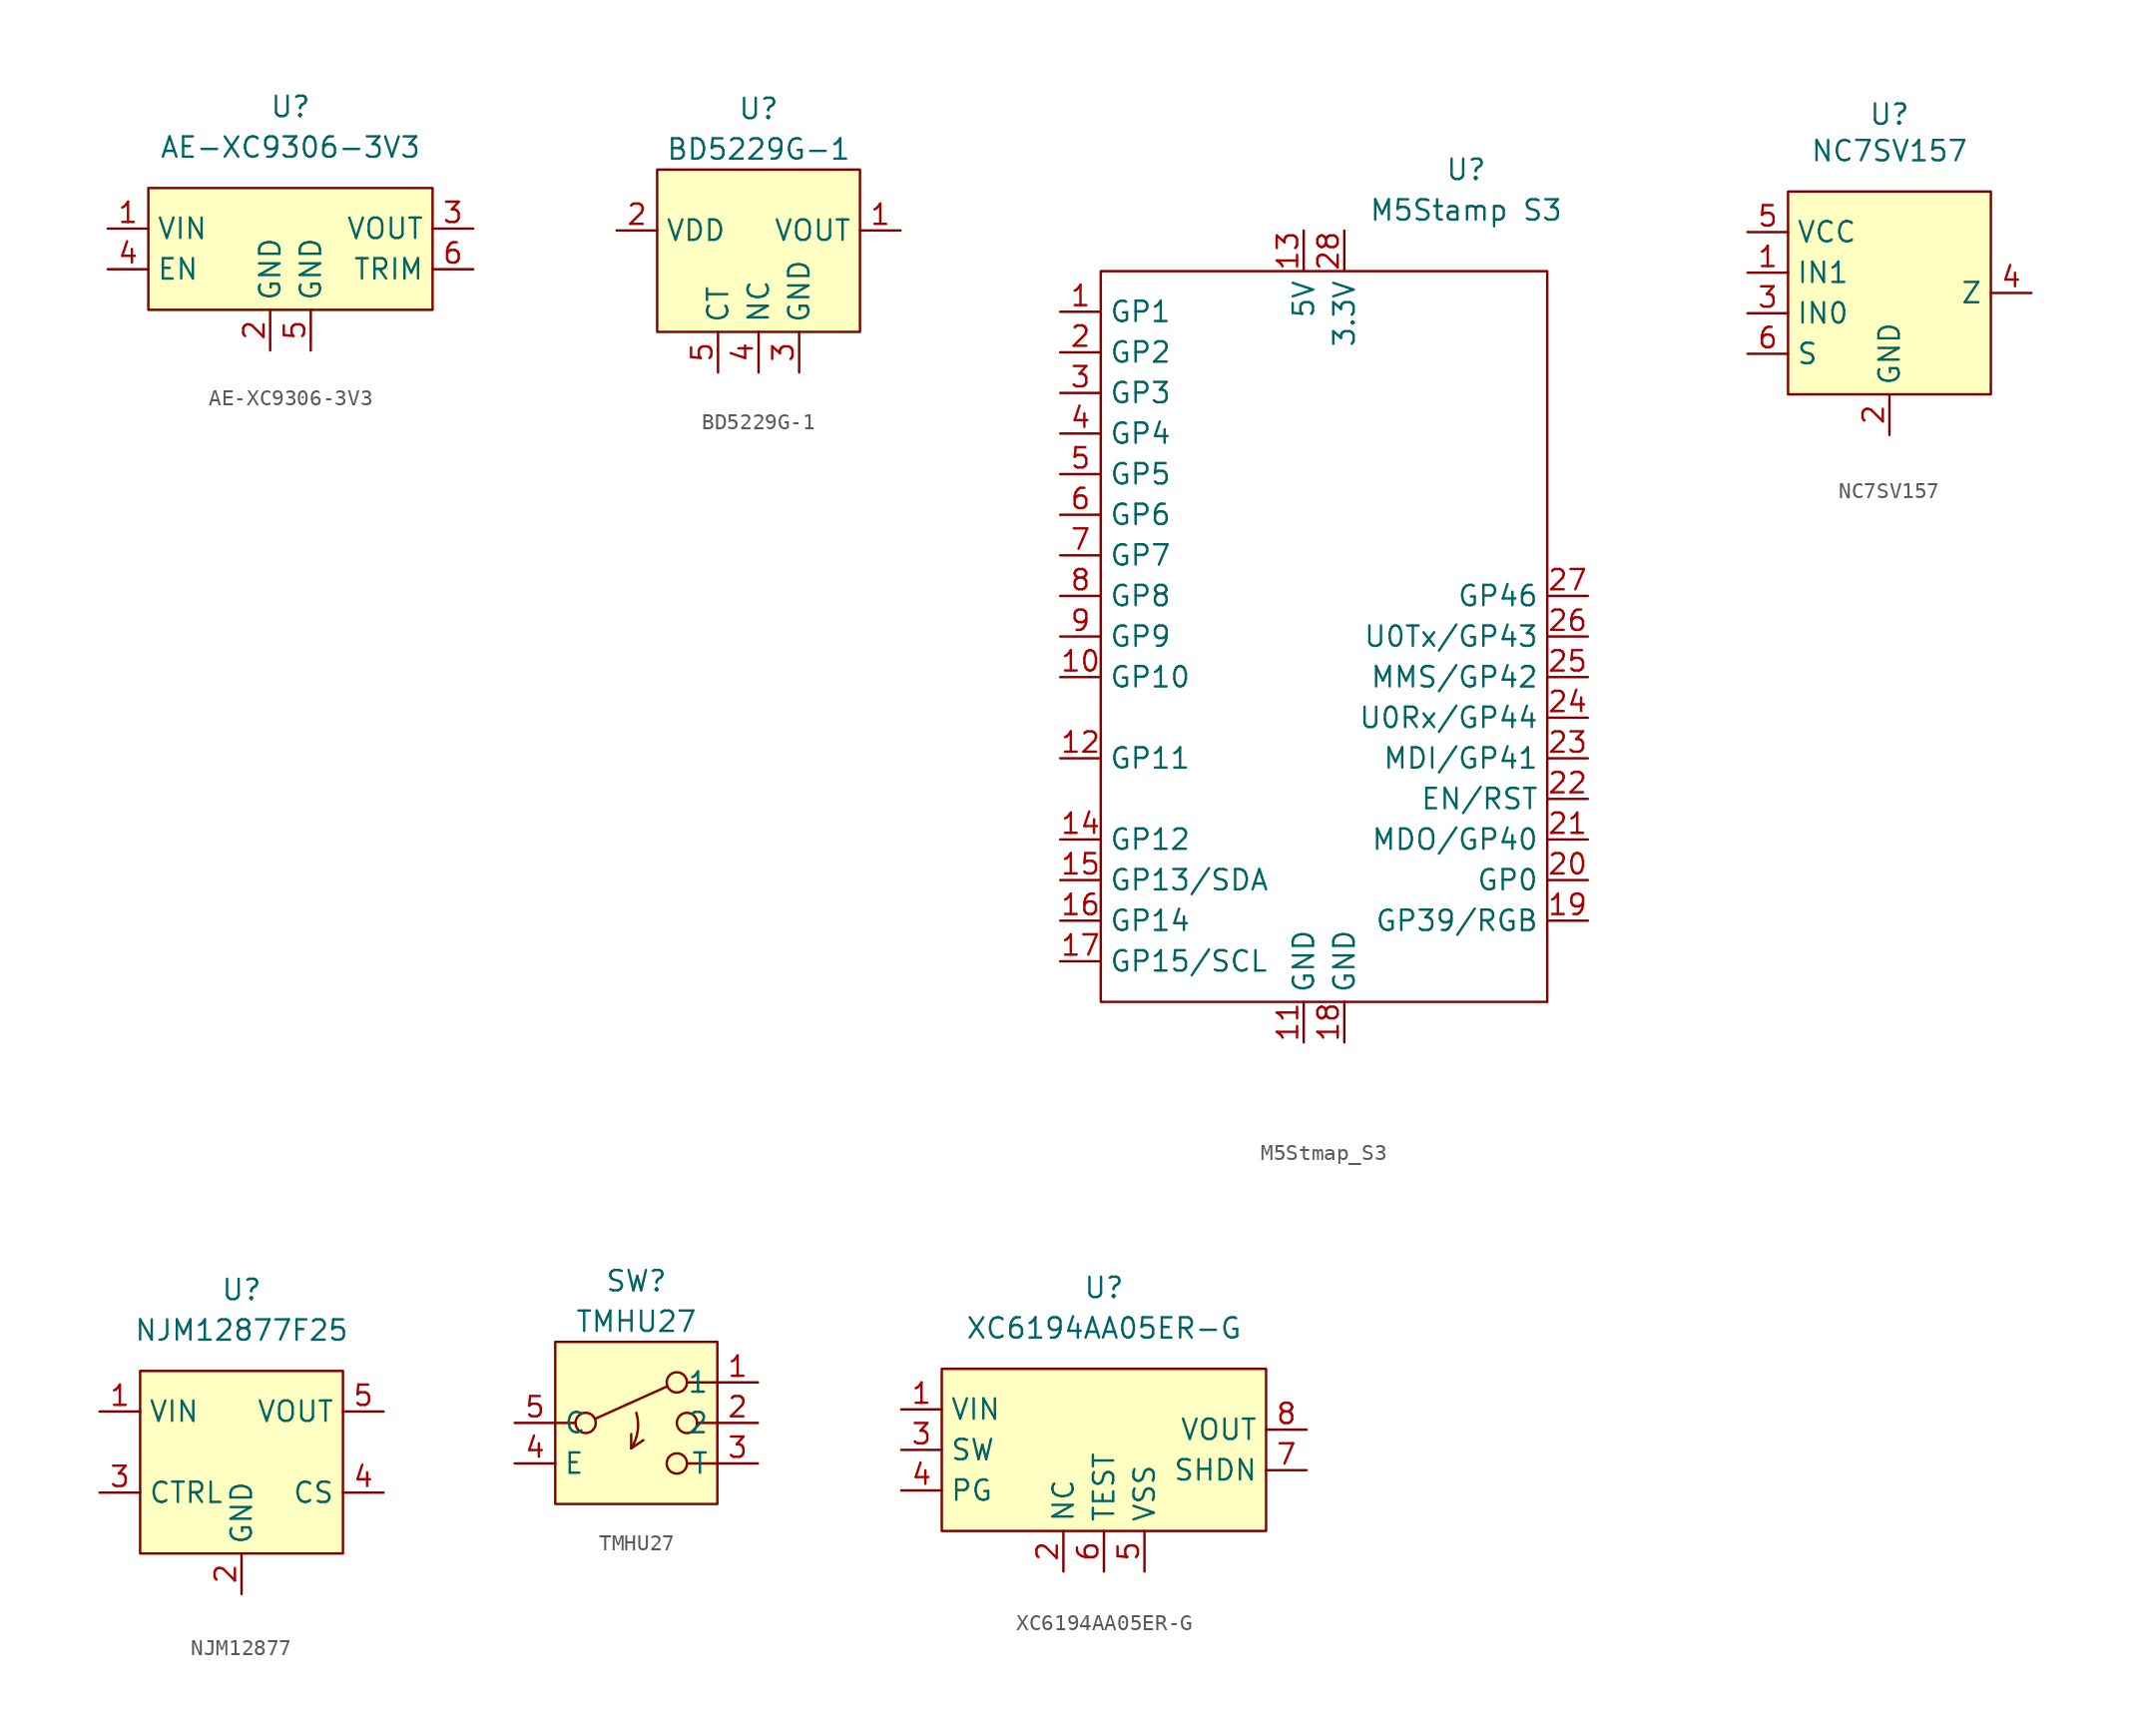
<source format=kicad_sym>
(kicad_symbol_lib
  (version 20231120)
  (generator "kicad_symbol_editor")
  (generator_version "8.0")
  (symbol "AE-XC9306-3V3"
    (property "Reference" "U"
      (at 0 8.89 0)
      (effects (font (size 1.27 1.27))))
    (property "Value" "AE-XC9306-3V3"
      (at 0 6.35 0)
      (effects (font (size 1.27 1.27))))
    (symbol "AE-XC9306-3V3_1_1"
      (rectangle (start -8.89 3.81) (end 8.89 -3.81) (stroke (width 0) (type default)) (fill (type background)))
      (pin input line (at -11.43 1.27 0) (length 2.54) (name "VIN" (effects (font (size 1.27 1.27)))) (number "1" (effects (font (size 1.27 1.27)))))
      (pin input line (at -1.27 -6.35 90) (length 2.54) (name "GND" (effects (font (size 1.27 1.27)))) (number "2" (effects (font (size 1.27 1.27)))))
      (pin output line (at 11.43 1.27 180) (length 2.54) (name "VOUT" (effects (font (size 1.27 1.27)))) (number "3" (effects (font (size 1.27 1.27)))))
      (pin input line (at -11.43 -1.27 0) (length 2.54) (name "EN" (effects (font (size 1.27 1.27)))) (number "4" (effects (font (size 1.27 1.27)))))
      (pin output line (at 1.27 -6.35 90) (length 2.54) (name "GND" (effects (font (size 1.27 1.27)))) (number "5" (effects (font (size 1.27 1.27)))))
      (pin input line (at 11.43 -1.27 180) (length 2.54) (name "TRIM" (effects (font (size 1.27 1.27)))) (number "6" (effects (font (size 1.27 1.27)))))))
  (symbol "BD5229G-1"
    (property "Reference" "U"
      (at 0 8.89 0)
      (effects (font (size 1.27 1.27))))
    (property "Value" "BD5229G-1"
      (at 0 6.35 0)
      (effects (font (size 1.27 1.27))))
    (symbol "BD5229G-1_1_1"
      (rectangle (start -6.35 5.08) (end 6.35 -5.08) (stroke (width 0) (type default)) (fill (type background)))
      (pin input line (at 8.89 1.27 180) (length 2.54) (name "VOUT" (effects (font (size 1.27 1.27)))) (number "1" (effects (font (size 1.27 1.27)))))
      (pin input line (at -8.89 1.27 0) (length 2.54) (name "VDD" (effects (font (size 1.27 1.27)))) (number "2" (effects (font (size 1.27 1.27)))))
      (pin input line (at 2.54 -7.62 90) (length 2.54) (name "GND" (effects (font (size 1.27 1.27)))) (number "3" (effects (font (size 1.27 1.27)))))
      (pin input line (at 0 -7.62 90) (length 2.54) (name "NC" (effects (font (size 1.27 1.27)))) (number "4" (effects (font (size 1.27 1.27)))))
      (pin input line (at -2.54 -7.62 90) (length 2.54) (name "CT" (effects (font (size 1.27 1.27)))) (number "5" (effects (font (size 1.27 1.27)))))))
  (symbol "M5Stmap_S3"
    (property "Reference" "U"
      (at 8.89 29.21 0)
      (effects (font (size 1.27 1.27))))
    (property "Value" "M5Stamp S3"
      (at 8.89 26.67 0)
      (effects (font (size 1.27 1.27))))
    (symbol "M5Stmap_S3_0_1"
      (rectangle (start -13.97 22.86) (end 13.97 -22.86) (stroke (width 0) (type default)) (fill (type none))))
    (symbol "M5Stmap_S3_1_1"
      (pin bidirectional line (at -16.51 20.32 0) (length 2.54) (name "GP1" (effects (font (size 1.27 1.27)))) (number "1" (effects (font (size 1.27 1.27)))))
      (pin bidirectional line (at -16.51 -2.54 0) (length 2.54) (name "GP10" (effects (font (size 1.27 1.27)))) (number "10" (effects (font (size 1.27 1.27)))))
      (pin power_out line (at -1.27 -25.4 90) (length 2.54) (name "GND" (effects (font (size 1.27 1.27)))) (number "11" (effects (font (size 1.27 1.27)))))
      (pin bidirectional line (at -16.51 -7.62 0) (length 2.54) (name "GP11" (effects (font (size 1.27 1.27)))) (number "12" (effects (font (size 1.27 1.27)))))
      (pin power_in line (at -1.27 25.4 270) (length 2.54) (name "5V" (effects (font (size 1.27 1.27)))) (number "13" (effects (font (size 1.27 1.27)))))
      (pin bidirectional line (at -16.51 -12.7 0) (length 2.54) (name "GP12" (effects (font (size 1.27 1.27)))) (number "14" (effects (font (size 1.27 1.27)))))
      (pin bidirectional line (at -16.51 -15.24 0) (length 2.54) (name "GP13/SDA" (effects (font (size 1.27 1.27)))) (number "15" (effects (font (size 1.27 1.27)))))
      (pin bidirectional line (at -16.51 -17.78 0) (length 2.54) (name "GP14" (effects (font (size 1.27 1.27)))) (number "16" (effects (font (size 1.27 1.27)))))
      (pin bidirectional line (at -16.51 -20.32 0) (length 2.54) (name "GP15/SCL" (effects (font (size 1.27 1.27)))) (number "17" (effects (font (size 1.27 1.27)))))
      (pin power_out line (at 1.27 -25.4 90) (length 2.54) (name "GND" (effects (font (size 1.27 1.27)))) (number "18" (effects (font (size 1.27 1.27)))))
      (pin bidirectional line (at 16.51 -17.78 180) (length 2.54) (name "GP39/RGB" (effects (font (size 1.27 1.27)))) (number "19" (effects (font (size 1.27 1.27)))))
      (pin bidirectional line (at -16.51 17.78 0) (length 2.54) (name "GP2" (effects (font (size 1.27 1.27)))) (number "2" (effects (font (size 1.27 1.27)))))
      (pin bidirectional line (at 16.51 -15.24 180) (length 2.54) (name "GP0" (effects (font (size 1.27 1.27)))) (number "20" (effects (font (size 1.27 1.27)))))
      (pin bidirectional line (at 16.51 -12.7 180) (length 2.54) (name "MDO/GP40" (effects (font (size 1.27 1.27)))) (number "21" (effects (font (size 1.27 1.27)))))
      (pin bidirectional line (at 16.51 -10.16 180) (length 2.54) (name "EN/RST" (effects (font (size 1.27 1.27)))) (number "22" (effects (font (size 1.27 1.27)))))
      (pin bidirectional line (at 16.51 -7.62 180) (length 2.54) (name "MDI/GP41" (effects (font (size 1.27 1.27)))) (number "23" (effects (font (size 1.27 1.27)))))
      (pin bidirectional line (at 16.51 -5.08 180) (length 2.54) (name "U0Rx/GP44" (effects (font (size 1.27 1.27)))) (number "24" (effects (font (size 1.27 1.27)))))
      (pin bidirectional line (at 16.51 -2.54 180) (length 2.54) (name "MMS/GP42" (effects (font (size 1.27 1.27)))) (number "25" (effects (font (size 1.27 1.27)))))
      (pin bidirectional line (at 16.51 0 180) (length 2.54) (name "U0Tx/GP43" (effects (font (size 1.27 1.27)))) (number "26" (effects (font (size 1.27 1.27)))))
      (pin bidirectional line (at 16.51 2.54 180) (length 2.54) (name "GP46" (effects (font (size 1.27 1.27)))) (number "27" (effects (font (size 1.27 1.27)))))
      (pin power_in line (at 1.27 25.4 270) (length 2.54) (name "3.3V" (effects (font (size 1.27 1.27)))) (number "28" (effects (font (size 1.27 1.27)))))
      (pin bidirectional line (at -16.51 15.24 0) (length 2.54) (name "GP3" (effects (font (size 1.27 1.27)))) (number "3" (effects (font (size 1.27 1.27)))))
      (pin bidirectional line (at -16.51 12.7 0) (length 2.54) (name "GP4" (effects (font (size 1.27 1.27)))) (number "4" (effects (font (size 1.27 1.27)))))
      (pin bidirectional line (at -16.51 10.16 0) (length 2.54) (name "GP5" (effects (font (size 1.27 1.27)))) (number "5" (effects (font (size 1.27 1.27)))))
      (pin bidirectional line (at -16.51 7.62 0) (length 2.54) (name "GP6" (effects (font (size 1.27 1.27)))) (number "6" (effects (font (size 1.27 1.27)))))
      (pin bidirectional line (at -16.51 5.08 0) (length 2.54) (name "GP7" (effects (font (size 1.27 1.27)))) (number "7" (effects (font (size 1.27 1.27)))))
      (pin bidirectional line (at -16.51 2.54 0) (length 2.54) (name "GP8" (effects (font (size 1.27 1.27)))) (number "8" (effects (font (size 1.27 1.27)))))
      (pin bidirectional line (at -16.51 0 0) (length 2.54) (name "GP9" (effects (font (size 1.27 1.27)))) (number "9" (effects (font (size 1.27 1.27)))))))
  (symbol "NC7SV157"
    (property "Reference" "U"
      (at 0 11.176 0)
      (effects (font (size 1.27 1.27))))
    (property "Value" "NC7SV157"
      (at 0 8.89 0)
      (effects (font (size 1.27 1.27))))
    (symbol "NC7SV157_1_1"
      (rectangle (start -6.35 6.35) (end 6.35 -6.35) (stroke (width 0) (type default)) (fill (type background)))
      (pin input line (at -8.89 1.27 0) (length 2.54) (name "IN1" (effects (font (size 1.27 1.27)))) (number "1" (effects (font (size 1.27 1.27)))))
      (pin input line (at 0 -8.89 90) (length 2.54) (name "GND" (effects (font (size 1.27 1.27)))) (number "2" (effects (font (size 1.27 1.27)))))
      (pin input line (at -8.89 -1.27 0) (length 2.54) (name "IN0" (effects (font (size 1.27 1.27)))) (number "3" (effects (font (size 1.27 1.27)))))
      (pin input line (at 8.89 0 180) (length 2.54) (name "Z" (effects (font (size 1.27 1.27)))) (number "4" (effects (font (size 1.27 1.27)))))
      (pin input line (at -8.89 3.81 0) (length 2.54) (name "VCC" (effects (font (size 1.27 1.27)))) (number "5" (effects (font (size 1.27 1.27)))))
      (pin input line (at -8.89 -3.81 0) (length 2.54) (name "S" (effects (font (size 1.27 1.27)))) (number "6" (effects (font (size 1.27 1.27)))))))
  (symbol "NJM12877"
    (property "Reference" "U"
      (at 0 8.89 0)
      (effects (font (size 1.27 1.27))))
    (property "Value" "NJM12877F25"
      (at 0 6.35 0)
      (effects (font (size 1.27 1.27))))
    (symbol "NJM12877_1_1"
      (rectangle (start -6.35 3.81) (end 6.35 -7.62) (stroke (width 0) (type default)) (fill (type background)))
      (pin input line (at -8.89 1.27 0) (length 2.54) (name "VIN" (effects (font (size 1.27 1.27)))) (number "1" (effects (font (size 1.27 1.27)))))
      (pin input line (at 0 -10.16 90) (length 2.54) (name "GND" (effects (font (size 1.27 1.27)))) (number "2" (effects (font (size 1.27 1.27)))))
      (pin input line (at -8.89 -3.81 0) (length 2.54) (name "CTRL" (effects (font (size 1.27 1.27)))) (number "3" (effects (font (size 1.27 1.27)))))
      (pin input line (at 8.89 -3.81 180) (length 2.54) (name "CS" (effects (font (size 1.27 1.27)))) (number "4" (effects (font (size 1.27 1.27)))))
      (pin input line (at 8.89 1.27 180) (length 2.54) (name "VOUT" (effects (font (size 1.27 1.27)))) (number "5" (effects (font (size 1.27 1.27)))))))
  (symbol "TMHU27"
    (property "Reference" "SW"
      (at 0 8.89 0)
      (effects (font (size 1.27 1.27))))
    (property "Value" "TMHU27"
      (at 0 6.35 0)
      (effects (font (size 1.27 1.27))))
    (symbol "TMHU27_0_1"
      (circle (center -3.175 0) (radius 0.635) (stroke (width 0) (type default)) (fill (type none)))
      (arc (start -0.3176 -1.5875) (mid 0.0861 -0.5113) (end 0 0.635) (stroke (width 0) (type default)) (fill (type none)))
      (polyline (pts (xy -5.08 0) (xy -3.81 0)) (stroke (width 0) (type default)) (fill (type none)))
      (polyline (pts (xy -2.591 0.254) (xy 1.93 2.286)) (stroke (width 0) (type default)) (fill (type none)))
      (polyline (pts (xy -0.318 -1.587) (xy -0.318 -1.587)) (stroke (width 0) (type default)) (fill (type none)))
      (polyline (pts (xy -0.318 -1.587) (xy -0.318 -0.699)) (stroke (width 0) (type default)) (fill (type none)))
      (polyline (pts (xy -0.318 -1.587) (xy 0.444 -1.079)) (stroke (width 0) (type default)) (fill (type none)))
      (polyline (pts (xy 5.08 -2.54) (xy 3.175 -2.54)) (stroke (width 0) (type default)) (fill (type none)))
      (polyline (pts (xy 5.08 0) (xy 3.81 0)) (stroke (width 0) (type default)) (fill (type none)))
      (polyline (pts (xy 5.08 2.54) (xy 3.175 2.54)) (stroke (width 0) (type default)) (fill (type none)))
      (circle (center 2.54 -2.54) (radius 0.635) (stroke (width 0) (type default)) (fill (type none)))
      (circle (center 2.54 2.54) (radius 0.635) (stroke (width 0) (type default)) (fill (type none)))
      (circle (center 3.175 0) (radius 0.635) (stroke (width 0) (type default)) (fill (type none))))
    (symbol "TMHU27_1_1"
      (rectangle (start -5.08 5.08) (end 5.08 -5.08) (stroke (width 0) (type default)) (fill (type background)))
      (pin passive line (at 7.62 2.54 180) (length 2.54) (name "1" (effects (font (size 1.27 1.27)))) (number "1" (effects (font (size 1.27 1.27)))))
      (pin passive line (at 7.62 0 180) (length 2.54) (name "2" (effects (font (size 1.27 1.27)))) (number "2" (effects (font (size 1.27 1.27)))))
      (pin passive line (at 7.62 -2.54 180) (length 2.54) (name "T" (effects (font (size 1.27 1.27)))) (number "3" (effects (font (size 1.27 1.27)))))
      (pin passive line (at -7.62 -2.54 0) (length 2.54) (name "E" (effects (font (size 1.27 1.27)))) (number "4" (effects (font (size 1.27 1.27)))))
      (pin passive line (at -7.62 0 0) (length 2.54) (name "C" (effects (font (size 1.27 1.27)))) (number "5" (effects (font (size 1.27 1.27)))))))
  (symbol "XC6194AA05ER-G"
    (property "Reference" "U"
      (at 0 10.16 0)
      (effects (font (size 1.27 1.27))))
    (property "Value" "XC6194AA05ER-G"
      (at 0 7.62 0)
      (effects (font (size 1.27 1.27))))
    (symbol "XC6194AA05ER-G_1_1"
      (rectangle (start -10.16 5.08) (end 10.16 -5.08) (stroke (width 0) (type default)) (fill (type background)))
      (pin input line (at -12.7 2.54 0) (length 2.54) (name "VIN" (effects (font (size 1.27 1.27)))) (number "1" (effects (font (size 1.27 1.27)))))
      (pin input line (at -2.54 -7.62 90) (length 2.54) (name "NC" (effects (font (size 1.27 1.27)))) (number "2" (effects (font (size 1.27 1.27)))))
      (pin input line (at -12.7 0 0) (length 2.54) (name "SW" (effects (font (size 1.27 1.27)))) (number "3" (effects (font (size 1.27 1.27)))))
      (pin input line (at -12.7 -2.54 0) (length 2.54) (name "PG" (effects (font (size 1.27 1.27)))) (number "4" (effects (font (size 1.27 1.27)))))
      (pin input line (at 2.54 -7.62 90) (length 2.54) (name "VSS" (effects (font (size 1.27 1.27)))) (number "5" (effects (font (size 1.27 1.27)))))
      (pin input line (at 0 -7.62 90) (length 2.54) (name "TEST" (effects (font (size 1.27 1.27)))) (number "6" (effects (font (size 1.27 1.27)))))
      (pin input line (at 12.7 -1.27 180) (length 2.54) (name "SHDN" (effects (font (size 1.27 1.27)))) (number "7" (effects (font (size 1.27 1.27)))))
      (pin input line (at 12.7 1.27 180) (length 2.54) (name "VOUT" (effects (font (size 1.27 1.27)))) (number "8" (effects (font (size 1.27 1.27))))))))
</source>
